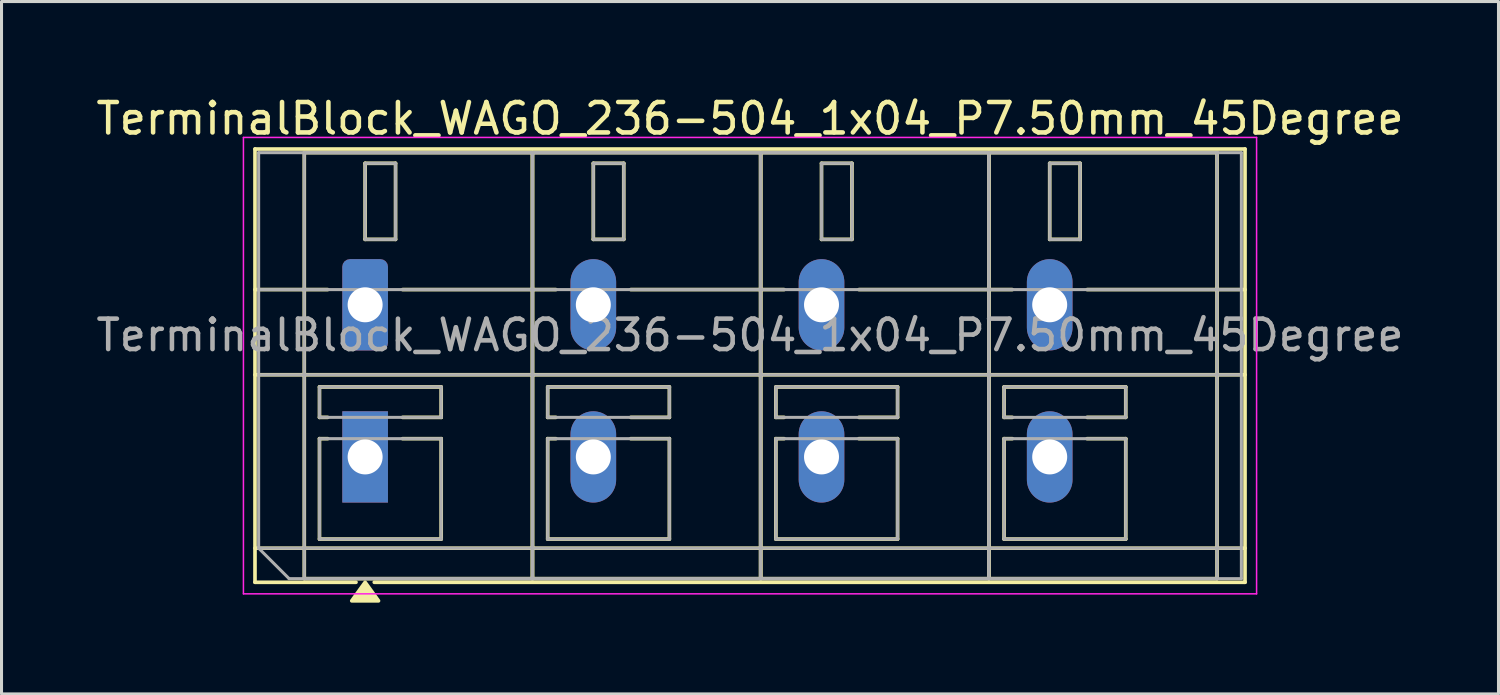
<source format=kicad_pcb>
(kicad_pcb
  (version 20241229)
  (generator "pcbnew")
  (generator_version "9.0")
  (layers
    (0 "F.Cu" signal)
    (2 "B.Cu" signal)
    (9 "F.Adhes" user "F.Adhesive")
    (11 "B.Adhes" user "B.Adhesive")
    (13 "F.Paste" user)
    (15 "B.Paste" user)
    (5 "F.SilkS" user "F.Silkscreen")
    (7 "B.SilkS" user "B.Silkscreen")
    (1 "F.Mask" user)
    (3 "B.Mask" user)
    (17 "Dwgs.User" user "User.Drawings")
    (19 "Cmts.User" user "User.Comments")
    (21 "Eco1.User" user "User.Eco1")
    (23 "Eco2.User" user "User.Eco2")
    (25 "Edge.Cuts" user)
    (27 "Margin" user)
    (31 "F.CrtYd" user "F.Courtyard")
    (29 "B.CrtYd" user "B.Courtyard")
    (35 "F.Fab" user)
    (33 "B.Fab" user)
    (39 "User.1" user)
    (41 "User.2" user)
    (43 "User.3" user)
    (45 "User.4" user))
  (footprint "TerminalBlock_WAGO_236-504_1x04_P7.50mm_45Degree"
    (layer "F.Cu")
    (at 8.951 6.968)
    (property "Reference" "TerminalBlock_WAGO_236-504_1x04_P7.50mm_45Degree" (at 12.65 -6.12 0) (layer "F.SilkS") (effects (font (size 1 1) (thickness 0.15))))
    (attr through_hole)
    (fp_line (start -3.62 -5.12) (end -3.62 9.12) (stroke (width 0.12) (type solid)) (layer "F.SilkS"))
    (fp_line (start -3.62 -5.12) (end 28.92 -5.12) (stroke (width 0.12) (type solid)) (layer "F.SilkS"))
    (fp_line (start -3.62 -0.5) (end -1.23 -0.5) (stroke (width 0.12) (type solid)) (layer "F.SilkS"))
    (fp_line (start -3.62 2.3) (end 28.92 2.3) (stroke (width 0.12) (type solid)) (layer "F.SilkS"))
    (fp_line (start -3.62 8) (end 28.92 8) (stroke (width 0.12) (type solid)) (layer "F.SilkS"))
    (fp_line (start -3.62 9.12) (end -0.3 9.12) (stroke (width 0.12) (type solid)) (layer "F.SilkS"))
    (fp_line (start -2 -5) (end -2 9) (stroke (width 0.12) (type solid)) (layer "F.SilkS"))
    (fp_line (start -2 -5) (end 5.5 -5) (stroke (width 0.12) (type solid)) (layer "F.SilkS"))
    (fp_line (start -2 9) (end 5.5 9) (stroke (width 0.12) (type solid)) (layer "F.SilkS"))
    (fp_line (start -1.5 2.7) (end -1.5 3.7) (stroke (width 0.12) (type solid)) (layer "F.SilkS"))
    (fp_line (start -1.5 2.7) (end 2.5 2.7) (stroke (width 0.12) (type solid)) (layer "F.SilkS"))
    (fp_line (start -1.5 3.7) (end -1.23 3.7) (stroke (width 0.12) (type solid)) (layer "F.SilkS"))
    (fp_line (start -1.5 4.4) (end -1.5 7.7) (stroke (width 0.12) (type solid)) (layer "F.SilkS"))
    (fp_line (start -1.5 4.4) (end -1.23 4.4) (stroke (width 0.12) (type solid)) (layer "F.SilkS"))
    (fp_line (start -1.5 7.7) (end 2.5 7.7) (stroke (width 0.12) (type solid)) (layer "F.SilkS"))
    (fp_line (start 0 -4.65) (end 0 -2.15) (stroke (width 0.12) (type solid)) (layer "F.SilkS"))
    (fp_line (start 0 -4.65) (end 1 -4.65) (stroke (width 0.12) (type solid)) (layer "F.SilkS"))
    (fp_line (start 0 -2.15) (end 1 -2.15) (stroke (width 0.12) (type solid)) (layer "F.SilkS"))
    (fp_line (start 0.3 9.12) (end 28.92 9.12) (stroke (width 0.12) (type solid)) (layer "F.SilkS"))
    (fp_line (start 1 -4.65) (end 1 -2.15) (stroke (width 0.12) (type solid)) (layer "F.SilkS"))
    (fp_line (start 1.23 -0.5) (end 6.27 -0.5) (stroke (width 0.12) (type solid)) (layer "F.SilkS"))
    (fp_line (start 1.23 3.7) (end 2.5 3.7) (stroke (width 0.12) (type solid)) (layer "F.SilkS"))
    (fp_line (start 1.23 4.4) (end 2.5 4.4) (stroke (width 0.12) (type solid)) (layer "F.SilkS"))
    (fp_line (start 2.5 2.7) (end 2.5 3.7) (stroke (width 0.12) (type solid)) (layer "F.SilkS"))
    (fp_line (start 2.5 4.4) (end 2.5 7.7) (stroke (width 0.12) (type solid)) (layer "F.SilkS"))
    (fp_line (start 5.5 -5) (end 5.5 9) (stroke (width 0.12) (type solid)) (layer "F.SilkS"))
    (fp_line (start 5.5 -5) (end 5.5 9) (stroke (width 0.12) (type solid)) (layer "F.SilkS"))
    (fp_line (start 5.5 -5) (end 13 -5) (stroke (width 0.12) (type solid)) (layer "F.SilkS"))
    (fp_line (start 5.5 9) (end 13 9) (stroke (width 0.12) (type solid)) (layer "F.SilkS"))
    (fp_line (start 6 2.7) (end 6 3.7) (stroke (width 0.12) (type solid)) (layer "F.SilkS"))
    (fp_line (start 6 2.7) (end 10 2.7) (stroke (width 0.12) (type solid)) (layer "F.SilkS"))
    (fp_line (start 6 3.7) (end 6.27 3.7) (stroke (width 0.12) (type solid)) (layer "F.SilkS"))
    (fp_line (start 6 4.4) (end 6 7.7) (stroke (width 0.12) (type solid)) (layer "F.SilkS"))
    (fp_line (start 6 4.4) (end 6.27 4.4) (stroke (width 0.12) (type solid)) (layer "F.SilkS"))
    (fp_line (start 6 7.7) (end 10 7.7) (stroke (width 0.12) (type solid)) (layer "F.SilkS"))
    (fp_line (start 7.5 -4.65) (end 7.5 -2.15) (stroke (width 0.12) (type solid)) (layer "F.SilkS"))
    (fp_line (start 7.5 -4.65) (end 8.5 -4.65) (stroke (width 0.12) (type solid)) (layer "F.SilkS"))
    (fp_line (start 7.5 -2.15) (end 8.5 -2.15) (stroke (width 0.12) (type solid)) (layer "F.SilkS"))
    (fp_line (start 8.5 -4.65) (end 8.5 -2.15) (stroke (width 0.12) (type solid)) (layer "F.SilkS"))
    (fp_line (start 8.73 -0.5) (end 13.77 -0.5) (stroke (width 0.12) (type solid)) (layer "F.SilkS"))
    (fp_line (start 8.73 3.7) (end 10 3.7) (stroke (width 0.12) (type solid)) (layer "F.SilkS"))
    (fp_line (start 8.73 4.4) (end 10 4.4) (stroke (width 0.12) (type solid)) (layer "F.SilkS"))
    (fp_line (start 10 2.7) (end 10 3.7) (stroke (width 0.12) (type solid)) (layer "F.SilkS"))
    (fp_line (start 10 4.4) (end 10 7.7) (stroke (width 0.12) (type solid)) (layer "F.SilkS"))
    (fp_line (start 13 -5) (end 13 9) (stroke (width 0.12) (type solid)) (layer "F.SilkS"))
    (fp_line (start 13 -5) (end 13 9) (stroke (width 0.12) (type solid)) (layer "F.SilkS"))
    (fp_line (start 13 -5) (end 20.5 -5) (stroke (width 0.12) (type solid)) (layer "F.SilkS"))
    (fp_line (start 13 9) (end 20.5 9) (stroke (width 0.12) (type solid)) (layer "F.SilkS"))
    (fp_line (start 13.5 2.7) (end 13.5 3.7) (stroke (width 0.12) (type solid)) (layer "F.SilkS"))
    (fp_line (start 13.5 2.7) (end 17.5 2.7) (stroke (width 0.12) (type solid)) (layer "F.SilkS"))
    (fp_line (start 13.5 3.7) (end 13.77 3.7) (stroke (width 0.12) (type solid)) (layer "F.SilkS"))
    (fp_line (start 13.5 4.4) (end 13.5 7.7) (stroke (width 0.12) (type solid)) (layer "F.SilkS"))
    (fp_line (start 13.5 4.4) (end 13.77 4.4) (stroke (width 0.12) (type solid)) (layer "F.SilkS"))
    (fp_line (start 13.5 7.7) (end 17.5 7.7) (stroke (width 0.12) (type solid)) (layer "F.SilkS"))
    (fp_line (start 15 -4.65) (end 15 -2.15) (stroke (width 0.12) (type solid)) (layer "F.SilkS"))
    (fp_line (start 15 -4.65) (end 16 -4.65) (stroke (width 0.12) (type solid)) (layer "F.SilkS"))
    (fp_line (start 15 -2.15) (end 16 -2.15) (stroke (width 0.12) (type solid)) (layer "F.SilkS"))
    (fp_line (start 16 -4.65) (end 16 -2.15) (stroke (width 0.12) (type solid)) (layer "F.SilkS"))
    (fp_line (start 16.23 -0.5) (end 21.27 -0.5) (stroke (width 0.12) (type solid)) (layer "F.SilkS"))
    (fp_line (start 16.23 3.7) (end 17.5 3.7) (stroke (width 0.12) (type solid)) (layer "F.SilkS"))
    (fp_line (start 16.23 4.4) (end 17.5 4.4) (stroke (width 0.12) (type solid)) (layer "F.SilkS"))
    (fp_line (start 17.5 2.7) (end 17.5 3.7) (stroke (width 0.12) (type solid)) (layer "F.SilkS"))
    (fp_line (start 17.5 4.4) (end 17.5 7.7) (stroke (width 0.12) (type solid)) (layer "F.SilkS"))
    (fp_line (start 20.5 -5) (end 20.5 9) (stroke (width 0.12) (type solid)) (layer "F.SilkS"))
    (fp_line (start 20.5 -5) (end 20.5 9) (stroke (width 0.12) (type solid)) (layer "F.SilkS"))
    (fp_line (start 20.5 -5) (end 28 -5) (stroke (width 0.12) (type solid)) (layer "F.SilkS"))
    (fp_line (start 20.5 9) (end 28 9) (stroke (width 0.12) (type solid)) (layer "F.SilkS"))
    (fp_line (start 21 2.7) (end 21 3.7) (stroke (width 0.12) (type solid)) (layer "F.SilkS"))
    (fp_line (start 21 2.7) (end 25 2.7) (stroke (width 0.12) (type solid)) (layer "F.SilkS"))
    (fp_line (start 21 3.7) (end 21.27 3.7) (stroke (width 0.12) (type solid)) (layer "F.SilkS"))
    (fp_line (start 21 4.4) (end 21 7.7) (stroke (width 0.12) (type solid)) (layer "F.SilkS"))
    (fp_line (start 21 4.4) (end 21.27 4.4) (stroke (width 0.12) (type solid)) (layer "F.SilkS"))
    (fp_line (start 21 7.7) (end 25 7.7) (stroke (width 0.12) (type solid)) (layer "F.SilkS"))
    (fp_line (start 22.5 -4.65) (end 22.5 -2.15) (stroke (width 0.12) (type solid)) (layer "F.SilkS"))
    (fp_line (start 22.5 -4.65) (end 23.5 -4.65) (stroke (width 0.12) (type solid)) (layer "F.SilkS"))
    (fp_line (start 22.5 -2.15) (end 23.5 -2.15) (stroke (width 0.12) (type solid)) (layer "F.SilkS"))
    (fp_line (start 23.5 -4.65) (end 23.5 -2.15) (stroke (width 0.12) (type solid)) (layer "F.SilkS"))
    (fp_line (start 23.73 -0.5) (end 28.92 -0.5) (stroke (width 0.12) (type solid)) (layer "F.SilkS"))
    (fp_line (start 23.73 3.7) (end 25 3.7) (stroke (width 0.12) (type solid)) (layer "F.SilkS"))
    (fp_line (start 23.73 4.4) (end 25 4.4) (stroke (width 0.12) (type solid)) (layer "F.SilkS"))
    (fp_line (start 25 2.7) (end 25 3.7) (stroke (width 0.12) (type solid)) (layer "F.SilkS"))
    (fp_line (start 25 4.4) (end 25 7.7) (stroke (width 0.12) (type solid)) (layer "F.SilkS"))
    (fp_line (start 28 -5) (end 28 9) (stroke (width 0.12) (type solid)) (layer "F.SilkS"))
    (fp_line (start 28.92 -5.12) (end 28.92 9.12) (stroke (width 0.12) (type solid)) (layer "F.SilkS"))
    (fp_poly (pts (xy 0 9.12) (xy 0.44 9.73) (xy -0.44 9.73)) (stroke (width 0.12) (type solid)) (fill yes) (layer "F.SilkS"))
    (fp_line (start -4 -5.5) (end -4 9.5) (stroke (width 0.05) (type solid)) (layer "F.CrtYd"))
    (fp_line (start -4 9.5) (end 29.3 9.5) (stroke (width 0.05) (type solid)) (layer "F.CrtYd"))
    (fp_line (start 29.3 -5.5) (end -4 -5.5) (stroke (width 0.05) (type solid)) (layer "F.CrtYd"))
    (fp_line (start 29.3 9.5) (end 29.3 -5.5) (stroke (width 0.05) (type solid)) (layer "F.CrtYd"))
    (fp_line (start -3.5 -5) (end 28.8 -5) (stroke (width 0.1) (type solid)) (layer "F.Fab"))
    (fp_line (start -3.5 -0.5) (end 28.8 -0.5) (stroke (width 0.1) (type solid)) (layer "F.Fab"))
    (fp_line (start -3.5 2.3) (end 28.8 2.3) (stroke (width 0.1) (type solid)) (layer "F.Fab"))
    (fp_line (start -3.5 8) (end -3.5 -5) (stroke (width 0.1) (type solid)) (layer "F.Fab"))
    (fp_line (start -3.5 8) (end 28.8 8) (stroke (width 0.1) (type solid)) (layer "F.Fab"))
    (fp_line (start -2.5 9) (end -3.5 8) (stroke (width 0.1) (type solid)) (layer "F.Fab"))
    (fp_line (start -2 -5) (end -2 9) (stroke (width 0.1) (type solid)) (layer "F.Fab"))
    (fp_line (start -2 9) (end 5.5 9) (stroke (width 0.1) (type solid)) (layer "F.Fab"))
    (fp_line (start -1.5 2.7) (end -1.5 3.7) (stroke (width 0.1) (type solid)) (layer "F.Fab"))
    (fp_line (start -1.5 3.7) (end 2.5 3.7) (stroke (width 0.1) (type solid)) (layer "F.Fab"))
    (fp_line (start -1.5 4.4) (end -1.5 7.7) (stroke (width 0.1) (type solid)) (layer "F.Fab"))
    (fp_line (start -1.5 7.7) (end 2.5 7.7) (stroke (width 0.1) (type solid)) (layer "F.Fab"))
    (fp_line (start 0 -4.65) (end 0 -2.15) (stroke (width 0.1) (type solid)) (layer "F.Fab"))
    (fp_line (start 0 -2.15) (end 1 -2.15) (stroke (width 0.1) (type solid)) (layer "F.Fab"))
    (fp_line (start 1 -4.65) (end 0 -4.65) (stroke (width 0.1) (type solid)) (layer "F.Fab"))
    (fp_line (start 1 -2.15) (end 1 -4.65) (stroke (width 0.1) (type solid)) (layer "F.Fab"))
    (fp_line (start 2.5 2.7) (end -1.5 2.7) (stroke (width 0.1) (type solid)) (layer "F.Fab"))
    (fp_line (start 2.5 3.7) (end 2.5 2.7) (stroke (width 0.1) (type solid)) (layer "F.Fab"))
    (fp_line (start 2.5 4.4) (end -1.5 4.4) (stroke (width 0.1) (type solid)) (layer "F.Fab"))
    (fp_line (start 2.5 7.7) (end 2.5 4.4) (stroke (width 0.1) (type solid)) (layer "F.Fab"))
    (fp_line (start 5.5 -5) (end -2 -5) (stroke (width 0.1) (type solid)) (layer "F.Fab"))
    (fp_line (start 5.5 -5) (end 5.5 9) (stroke (width 0.1) (type solid)) (layer "F.Fab"))
    (fp_line (start 5.5 9) (end 5.5 -5) (stroke (width 0.1) (type solid)) (layer "F.Fab"))
    (fp_line (start 5.5 9) (end 13 9) (stroke (width 0.1) (type solid)) (layer "F.Fab"))
    (fp_line (start 6 2.7) (end 6 3.7) (stroke (width 0.1) (type solid)) (layer "F.Fab"))
    (fp_line (start 6 3.7) (end 10 3.7) (stroke (width 0.1) (type solid)) (layer "F.Fab"))
    (fp_line (start 6 4.4) (end 6 7.7) (stroke (width 0.1) (type solid)) (layer "F.Fab"))
    (fp_line (start 6 7.7) (end 10 7.7) (stroke (width 0.1) (type solid)) (layer "F.Fab"))
    (fp_line (start 7.5 -4.65) (end 7.5 -2.15) (stroke (width 0.1) (type solid)) (layer "F.Fab"))
    (fp_line (start 7.5 -2.15) (end 8.5 -2.15) (stroke (width 0.1) (type solid)) (layer "F.Fab"))
    (fp_line (start 8.5 -4.65) (end 7.5 -4.65) (stroke (width 0.1) (type solid)) (layer "F.Fab"))
    (fp_line (start 8.5 -2.15) (end 8.5 -4.65) (stroke (width 0.1) (type solid)) (layer "F.Fab"))
    (fp_line (start 10 2.7) (end 6 2.7) (stroke (width 0.1) (type solid)) (layer "F.Fab"))
    (fp_line (start 10 3.7) (end 10 2.7) (stroke (width 0.1) (type solid)) (layer "F.Fab"))
    (fp_line (start 10 4.4) (end 6 4.4) (stroke (width 0.1) (type solid)) (layer "F.Fab"))
    (fp_line (start 10 7.7) (end 10 4.4) (stroke (width 0.1) (type solid)) (layer "F.Fab"))
    (fp_line (start 13 -5) (end 5.5 -5) (stroke (width 0.1) (type solid)) (layer "F.Fab"))
    (fp_line (start 13 -5) (end 13 9) (stroke (width 0.1) (type solid)) (layer "F.Fab"))
    (fp_line (start 13 9) (end 13 -5) (stroke (width 0.1) (type solid)) (layer "F.Fab"))
    (fp_line (start 13 9) (end 20.5 9) (stroke (width 0.1) (type solid)) (layer "F.Fab"))
    (fp_line (start 13.5 2.7) (end 13.5 3.7) (stroke (width 0.1) (type solid)) (layer "F.Fab"))
    (fp_line (start 13.5 3.7) (end 17.5 3.7) (stroke (width 0.1) (type solid)) (layer "F.Fab"))
    (fp_line (start 13.5 4.4) (end 13.5 7.7) (stroke (width 0.1) (type solid)) (layer "F.Fab"))
    (fp_line (start 13.5 7.7) (end 17.5 7.7) (stroke (width 0.1) (type solid)) (layer "F.Fab"))
    (fp_line (start 15 -4.65) (end 15 -2.15) (stroke (width 0.1) (type solid)) (layer "F.Fab"))
    (fp_line (start 15 -2.15) (end 16 -2.15) (stroke (width 0.1) (type solid)) (layer "F.Fab"))
    (fp_line (start 16 -4.65) (end 15 -4.65) (stroke (width 0.1) (type solid)) (layer "F.Fab"))
    (fp_line (start 16 -2.15) (end 16 -4.65) (stroke (width 0.1) (type solid)) (layer "F.Fab"))
    (fp_line (start 17.5 2.7) (end 13.5 2.7) (stroke (width 0.1) (type solid)) (layer "F.Fab"))
    (fp_line (start 17.5 3.7) (end 17.5 2.7) (stroke (width 0.1) (type solid)) (layer "F.Fab"))
    (fp_line (start 17.5 4.4) (end 13.5 4.4) (stroke (width 0.1) (type solid)) (layer "F.Fab"))
    (fp_line (start 17.5 7.7) (end 17.5 4.4) (stroke (width 0.1) (type solid)) (layer "F.Fab"))
    (fp_line (start 20.5 -5) (end 13 -5) (stroke (width 0.1) (type solid)) (layer "F.Fab"))
    (fp_line (start 20.5 -5) (end 20.5 9) (stroke (width 0.1) (type solid)) (layer "F.Fab"))
    (fp_line (start 20.5 9) (end 20.5 -5) (stroke (width 0.1) (type solid)) (layer "F.Fab"))
    (fp_line (start 20.5 9) (end 28 9) (stroke (width 0.1) (type solid)) (layer "F.Fab"))
    (fp_line (start 21 2.7) (end 21 3.7) (stroke (width 0.1) (type solid)) (layer "F.Fab"))
    (fp_line (start 21 3.7) (end 25 3.7) (stroke (width 0.1) (type solid)) (layer "F.Fab"))
    (fp_line (start 21 4.4) (end 21 7.7) (stroke (width 0.1) (type solid)) (layer "F.Fab"))
    (fp_line (start 21 7.7) (end 25 7.7) (stroke (width 0.1) (type solid)) (layer "F.Fab"))
    (fp_line (start 22.5 -4.65) (end 22.5 -2.15) (stroke (width 0.1) (type solid)) (layer "F.Fab"))
    (fp_line (start 22.5 -2.15) (end 23.5 -2.15) (stroke (width 0.1) (type solid)) (layer "F.Fab"))
    (fp_line (start 23.5 -4.65) (end 22.5 -4.65) (stroke (width 0.1) (type solid)) (layer "F.Fab"))
    (fp_line (start 23.5 -2.15) (end 23.5 -4.65) (stroke (width 0.1) (type solid)) (layer "F.Fab"))
    (fp_line (start 25 2.7) (end 21 2.7) (stroke (width 0.1) (type solid)) (layer "F.Fab"))
    (fp_line (start 25 3.7) (end 25 2.7) (stroke (width 0.1) (type solid)) (layer "F.Fab"))
    (fp_line (start 25 4.4) (end 21 4.4) (stroke (width 0.1) (type solid)) (layer "F.Fab"))
    (fp_line (start 25 7.7) (end 25 4.4) (stroke (width 0.1) (type solid)) (layer "F.Fab"))
    (fp_line (start 28 -5) (end 20.5 -5) (stroke (width 0.1) (type solid)) (layer "F.Fab"))
    (fp_line (start 28 9) (end 28 -5) (stroke (width 0.1) (type solid)) (layer "F.Fab"))
    (fp_line (start 28.8 -5) (end 28.8 9) (stroke (width 0.1) (type solid)) (layer "F.Fab"))
    (fp_line (start 28.8 9) (end -2.5 9) (stroke (width 0.1) (type solid)) (layer "F.Fab"))
    (fp_text user "${REFERENCE}" (at 12.65 1 0) (layer "F.Fab") (effects (font (size 1 1) (thickness 0.15))))
    (pad "1" thru_hole roundrect (at 0 0) (size 1.5 3) (drill 1.15) (layers "*.Cu" "*.Mask") (roundrect_rratio 0.167))
    (pad "1" thru_hole rect (at 0 5) (size 1.5 3) (drill 1.15) (layers "*.Cu" "*.Mask"))
    (pad "2" thru_hole oval (at 7.5 0) (size 1.5 3) (drill 1.15) (layers "*.Cu" "*.Mask"))
    (pad "2" thru_hole oval (at 7.5 5) (size 1.5 3) (drill 1.15) (layers "*.Cu" "*.Mask"))
    (pad "3" thru_hole oval (at 15 0) (size 1.5 3) (drill 1.15) (layers "*.Cu" "*.Mask"))
    (pad "3" thru_hole oval (at 15 5) (size 1.5 3) (drill 1.15) (layers "*.Cu" "*.Mask"))
    (pad "4" thru_hole oval (at 22.5 0) (size 1.5 3) (drill 1.15) (layers "*.Cu" "*.Mask"))
    (pad "4" thru_hole oval (at 22.5 5) (size 1.5 3) (drill 1.15) (layers "*.Cu" "*.Mask")))
  (gr_rect
    (start -3 -3)
    (end 46.202 19.758)
    (stroke (width 0.1) (type default))
    (fill no)
    (layer "Edge.Cuts")))
</source>
